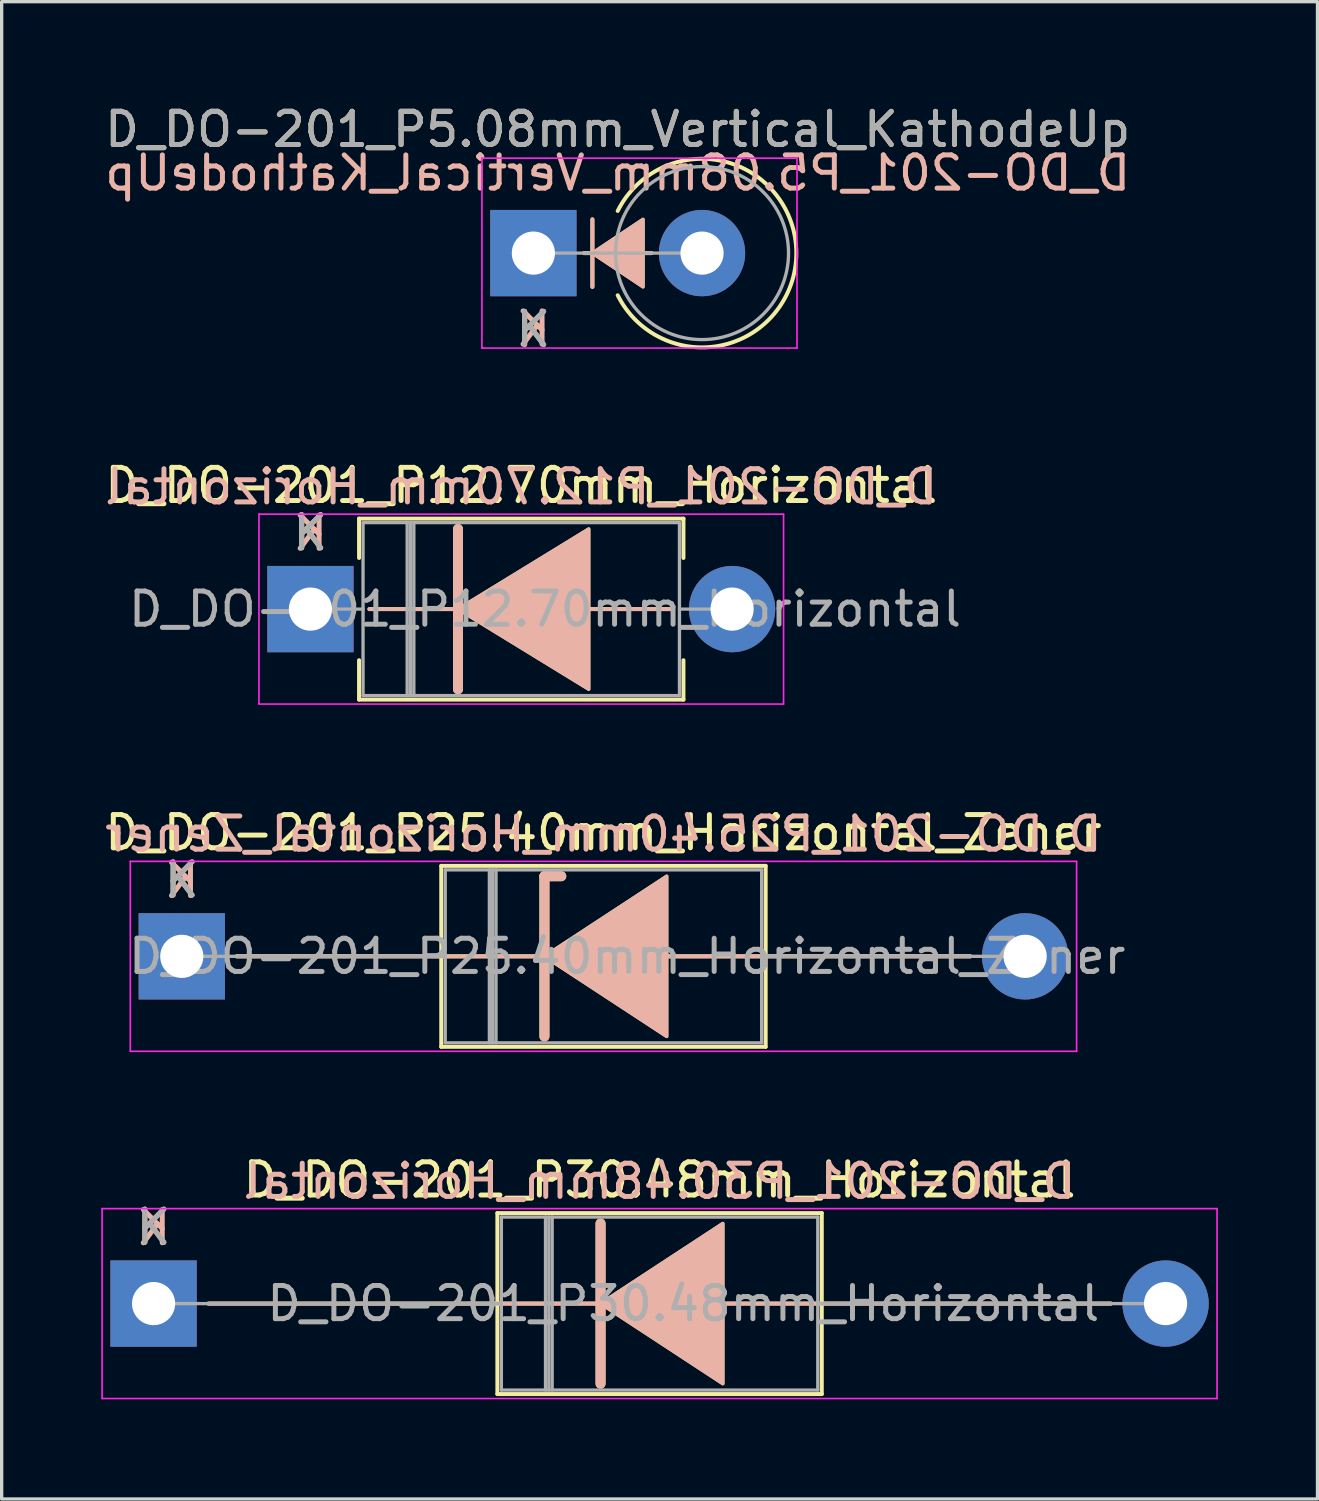
<source format=kicad_pcb>
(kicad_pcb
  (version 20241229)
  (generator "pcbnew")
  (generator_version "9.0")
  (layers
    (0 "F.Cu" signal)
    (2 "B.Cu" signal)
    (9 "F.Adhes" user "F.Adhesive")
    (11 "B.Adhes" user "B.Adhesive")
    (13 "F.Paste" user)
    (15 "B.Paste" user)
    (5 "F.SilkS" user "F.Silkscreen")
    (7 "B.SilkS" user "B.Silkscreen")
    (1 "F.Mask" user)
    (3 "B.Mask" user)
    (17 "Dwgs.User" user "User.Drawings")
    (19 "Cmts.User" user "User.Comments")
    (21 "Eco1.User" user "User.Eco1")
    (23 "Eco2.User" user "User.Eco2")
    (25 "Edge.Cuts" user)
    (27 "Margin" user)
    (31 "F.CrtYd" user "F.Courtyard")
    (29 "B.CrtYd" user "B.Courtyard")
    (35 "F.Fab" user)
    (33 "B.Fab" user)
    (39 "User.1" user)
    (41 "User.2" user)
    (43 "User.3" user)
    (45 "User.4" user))
  (footprint "D_DO-201_P12.70mm_Horizontal"
    (layer "F.Cu")
    (at 6.299 15.295)
    (property "Reference" "D_DO-201_P12.70mm_Horizontal" (at 6.35 -3.725 0) (layer "F.SilkS") (effects (font (size 1 1) (thickness 0.15))))
    (fp_line (start 1.465 -2.725) (end 11.235 -2.725) (stroke (width 0.12) (type solid)) (layer "F.SilkS"))
    (fp_line (start 1.465 -1.54) (end 1.465 -2.725) (stroke (width 0.12) (type solid)) (layer "F.SilkS"))
    (fp_line (start 1.465 1.54) (end 1.465 2.725) (stroke (width 0.12) (type solid)) (layer "F.SilkS"))
    (fp_line (start 1.465 2.725) (end 11.235 2.725) (stroke (width 0.12) (type solid)) (layer "F.SilkS"))
    (fp_line (start 4.445 -2.413) (end 4.445 2.413) (stroke (width 0.3) (type solid)) (layer "F.SilkS"))
    (fp_line (start 4.572 0) (end 1.778 0) (stroke (width 0.12) (type solid)) (layer "F.SilkS"))
    (fp_line (start 8.255 0) (end 10.922 0) (stroke (width 0.12) (type solid)) (layer "F.SilkS"))
    (fp_line (start 11.235 -2.725) (end 11.235 -1.54) (stroke (width 0.12) (type solid)) (layer "F.SilkS"))
    (fp_line (start 11.235 2.725) (end 11.235 1.54) (stroke (width 0.12) (type solid)) (layer "F.SilkS"))
    (fp_poly (pts (xy 8.382 2.413) (xy 4.445 0) (xy 8.382 -2.413)) (stroke (width 0.1) (type solid)) (fill yes) (layer "F.SilkS"))
    (fp_line (start 4.445 2.413) (end 4.445 -2.413) (stroke (width 0.3) (type solid)) (layer "B.SilkS"))
    (fp_line (start 4.572 0) (end 1.778 0) (stroke (width 0.12) (type solid)) (layer "B.SilkS"))
    (fp_line (start 8.255 0) (end 10.922 0) (stroke (width 0.12) (type solid)) (layer "B.SilkS"))
    (fp_poly (pts (xy 8.382 -2.413) (xy 4.445 0) (xy 8.382 2.413)) (stroke (width 0.1) (type solid)) (fill yes) (layer "B.SilkS"))
    (fp_line (start -1.55 -2.86) (end -1.55 2.86) (stroke (width 0.05) (type solid)) (layer "F.CrtYd"))
    (fp_line (start -1.55 2.86) (end 14.25 2.86) (stroke (width 0.05) (type solid)) (layer "F.CrtYd"))
    (fp_line (start 14.25 -2.86) (end -1.55 -2.86) (stroke (width 0.05) (type solid)) (layer "F.CrtYd"))
    (fp_line (start 14.25 2.86) (end 14.25 -2.86) (stroke (width 0.05) (type solid)) (layer "F.CrtYd"))
    (fp_line (start 0 0) (end 1.585 0) (stroke (width 0.1) (type solid)) (layer "F.Fab"))
    (fp_line (start 1.585 -2.605) (end 1.585 2.605) (stroke (width 0.1) (type solid)) (layer "F.Fab"))
    (fp_line (start 1.585 2.605) (end 11.115 2.605) (stroke (width 0.1) (type solid)) (layer "F.Fab"))
    (fp_line (start 2.914 -2.605) (end 2.914 2.605) (stroke (width 0.1) (type solid)) (layer "F.Fab"))
    (fp_line (start 3.014 -2.605) (end 3.014 2.605) (stroke (width 0.1) (type solid)) (layer "F.Fab"))
    (fp_line (start 3.115 -2.605) (end 3.115 2.605) (stroke (width 0.1) (type solid)) (layer "F.Fab"))
    (fp_line (start 11.115 -2.605) (end 1.585 -2.605) (stroke (width 0.1) (type solid)) (layer "F.Fab"))
    (fp_line (start 11.115 2.605) (end 11.115 -2.605) (stroke (width 0.1) (type solid)) (layer "F.Fab"))
    (fp_line (start 12.7 0) (end 11.115 0) (stroke (width 0.1) (type solid)) (layer "F.Fab"))
    (fp_text user "K" (at 0 -2.3 0) (layer "F.SilkS") (effects (font (size 1 1) (thickness 0.15))))
    (fp_text user "${REFERENCE}" (at 6.35 -3.683 0) (layer "B.SilkS") (effects (font (size 1 1) (thickness 0.15)) (justify mirror)))
    (fp_text user "K" (at 0 -2.286 0) (layer "B.SilkS") (effects (font (size 1 1) (thickness 0.15)) (justify mirror)))
    (fp_text user "K" (at 0 -2.3 0) (layer "F.Fab") (effects (font (size 1 1) (thickness 0.15))))
    (fp_text user "${REFERENCE}" (at 7.065 0 0) (layer "F.Fab") (effects (font (size 1 1) (thickness 0.15))))
    (pad "1" thru_hole rect (at 0 0) (size 2.6 2.6) (drill 1.3) (layers "*.Cu" "*.Mask"))
    (pad "2" thru_hole oval (at 12.7 0) (size 2.6 2.6) (drill 1.3) (layers "*.Cu" "*.Mask")))
  (footprint "D_DO-201_P30.48mm_Horizontal"
    (layer "F.Cu")
    (at 1.575 36.211)
    (property "Reference" "D_DO-201_P30.48mm_Horizontal" (at 15.24 -3.725 0) (layer "F.SilkS") (effects (font (size 1 1) (thickness 0.15))))
    (fp_line (start 1.651 0) (end 10.355 0) (stroke (width 0.12) (type solid)) (layer "F.SilkS"))
    (fp_line (start 10.355 -2.725) (end 10.355 2.725) (stroke (width 0.12) (type solid)) (layer "F.SilkS"))
    (fp_line (start 10.355 2.725) (end 20.125 2.725) (stroke (width 0.12) (type solid)) (layer "F.SilkS"))
    (fp_line (start 13.462 -2.413) (end 13.462 2.413) (stroke (width 0.3) (type solid)) (layer "F.SilkS"))
    (fp_line (start 13.462 0) (end 10.355 0) (stroke (width 0.12) (type solid)) (layer "F.SilkS"))
    (fp_line (start 17.145 0) (end 20.125 0) (stroke (width 0.12) (type solid)) (layer "F.SilkS"))
    (fp_line (start 20.125 -2.725) (end 10.355 -2.725) (stroke (width 0.12) (type solid)) (layer "F.SilkS"))
    (fp_line (start 20.125 2.725) (end 20.125 -2.725) (stroke (width 0.12) (type solid)) (layer "F.SilkS"))
    (fp_line (start 28.829 0) (end 20.125 0) (stroke (width 0.12) (type solid)) (layer "F.SilkS"))
    (fp_poly (pts (xy 17.145 2.413) (xy 13.462 0) (xy 17.145 -2.413)) (stroke (width 0.1) (type solid)) (fill yes) (layer "F.SilkS"))
    (fp_line (start 1.651 0) (end 10.355 0) (stroke (width 0.12) (type solid)) (layer "B.SilkS"))
    (fp_line (start 13.462 0) (end 10.355 0) (stroke (width 0.12) (type solid)) (layer "B.SilkS"))
    (fp_line (start 13.462 2.413) (end 13.462 -2.413) (stroke (width 0.3) (type solid)) (layer "B.SilkS"))
    (fp_line (start 17.145 0) (end 20.125 0) (stroke (width 0.12) (type solid)) (layer "B.SilkS"))
    (fp_line (start 28.829 0) (end 20.125 0) (stroke (width 0.12) (type solid)) (layer "B.SilkS"))
    (fp_poly (pts (xy 17.145 -2.413) (xy 13.462 0) (xy 17.145 2.413)) (stroke (width 0.1) (type solid)) (fill yes) (layer "B.SilkS"))
    (fp_line (start -1.55 -2.86) (end -1.55 2.86) (stroke (width 0.05) (type solid)) (layer "F.CrtYd"))
    (fp_line (start -1.55 2.86) (end 32.03 2.86) (stroke (width 0.05) (type solid)) (layer "F.CrtYd"))
    (fp_line (start 32.03 -2.86) (end -1.55 -2.86) (stroke (width 0.05) (type solid)) (layer "F.CrtYd"))
    (fp_line (start 32.03 2.86) (end 32.03 -2.86) (stroke (width 0.05) (type solid)) (layer "F.CrtYd"))
    (fp_line (start 0 0) (end 10.475 0) (stroke (width 0.1) (type solid)) (layer "F.Fab"))
    (fp_line (start 10.475 -2.605) (end 10.475 2.605) (stroke (width 0.1) (type solid)) (layer "F.Fab"))
    (fp_line (start 10.475 2.605) (end 20.005 2.605) (stroke (width 0.1) (type solid)) (layer "F.Fab"))
    (fp_line (start 11.805 -2.605) (end 11.805 2.605) (stroke (width 0.1) (type solid)) (layer "F.Fab"))
    (fp_line (start 11.905 -2.605) (end 11.905 2.605) (stroke (width 0.1) (type solid)) (layer "F.Fab"))
    (fp_line (start 12.005 -2.605) (end 12.005 2.605) (stroke (width 0.1) (type solid)) (layer "F.Fab"))
    (fp_line (start 20.005 -2.605) (end 10.475 -2.605) (stroke (width 0.1) (type solid)) (layer "F.Fab"))
    (fp_line (start 20.005 2.605) (end 20.005 -2.605) (stroke (width 0.1) (type solid)) (layer "F.Fab"))
    (fp_line (start 30.48 0) (end 20.005 0) (stroke (width 0.1) (type solid)) (layer "F.Fab"))
    (fp_text user "K" (at 0 -2.3 0) (layer "F.SilkS") (effects (font (size 1 1) (thickness 0.15))))
    (fp_text user "K" (at 0 -2.286 0) (layer "B.SilkS") (effects (font (size 1 1) (thickness 0.15)) (justify mirror)))
    (fp_text user "${REFERENCE}" (at 15.24 -3.683 0) (layer "B.SilkS") (effects (font (size 1 1) (thickness 0.15)) (justify mirror)))
    (fp_text user "${REFERENCE}" (at 15.955 0 0) (layer "F.Fab") (effects (font (size 1 1) (thickness 0.15))))
    (fp_text user "K" (at 0 -2.3 0) (layer "F.Fab") (effects (font (size 1 1) (thickness 0.15))))
    (pad "1" thru_hole rect (at 0 0) (size 2.6 2.6) (drill 1.3) (layers "*.Cu" "*.Mask"))
    (pad "2" thru_hole oval (at 30.48 0) (size 2.6 2.6) (drill 1.3) (layers "*.Cu" "*.Mask")))
  (footprint "D_DO-201_P5.08mm_Vertical_KathodeUp"
    (layer "F.Cu")
    (at 13.014 4.573)
    (property "Reference" "D_DO-201_P5.08mm_Vertical_KathodeUp" (at 2.54 -3.725 0) (layer "F.SilkS") (effects (font (size 1 1) (thickness 0.15))))
    (fp_line (start 1.524 0) (end 3.556 0) (stroke (width 0.12) (type solid)) (layer "F.SilkS"))
    (fp_line (start 1.778 1.016) (end 1.778 -1.016) (stroke (width 0.12) (type solid)) (layer "F.SilkS"))
    (fp_arc (start 2.539999 -1.269999) (mid 7.919803 0.000001) (end 2.539999 1.27) (stroke (width 0.12) (type solid)) (layer "F.SilkS"))
    (fp_poly (pts (xy 3.302 1.016) (xy 1.778 0) (xy 3.302 -1.016)) (stroke (width 0.1) (type solid)) (fill yes) (layer "F.SilkS"))
    (fp_line (start 1.524 0) (end 3.556 0) (stroke (width 0.12) (type solid)) (layer "B.SilkS"))
    (fp_line (start 1.778 -1.016) (end 1.778 1.016) (stroke (width 0.12) (type solid)) (layer "B.SilkS"))
    (fp_poly (pts (xy 3.302 -1.016) (xy 1.778 0) (xy 3.302 1.016)) (stroke (width 0.1) (type solid)) (fill yes) (layer "B.SilkS"))
    (fp_line (start -1.55 -2.86) (end -1.55 2.86) (stroke (width 0.05) (type solid)) (layer "F.CrtYd"))
    (fp_line (start -1.55 2.86) (end 7.94 2.86) (stroke (width 0.05) (type solid)) (layer "F.CrtYd"))
    (fp_line (start 7.94 -2.86) (end -1.55 -2.86) (stroke (width 0.05) (type solid)) (layer "F.CrtYd"))
    (fp_line (start 7.94 2.86) (end 7.94 -2.86) (stroke (width 0.05) (type solid)) (layer "F.CrtYd"))
    (fp_line (start 0 0) (end 5.08 0) (stroke (width 0.1) (type solid)) (layer "F.Fab"))
    (fp_circle (center 5.08 0) (end 7.685 0) (stroke (width 0.1) (type solid)) (fill no) (layer "F.Fab"))
    (fp_text user "K" (at 0 2.3 0) (layer "F.SilkS") (effects (font (size 1 1) (thickness 0.15))))
    (fp_text user "${REFERENCE}" (at 2.54 -2.413 0) (layer "B.SilkS") (effects (font (size 1 1) (thickness 0.15)) (justify mirror)))
    (fp_text user "K" (at 0 2.286 0) (layer "B.SilkS") (effects (font (size 1 1) (thickness 0.15)) (justify mirror)))
    (fp_text user "K" (at 0 2.3 0) (layer "F.Fab") (effects (font (size 1 1) (thickness 0.15))))
    (fp_text user "${REFERENCE}" (at 2.54 -3.725 0) (layer "F.Fab") (effects (font (size 1 1) (thickness 0.15))))
    (pad "1" thru_hole rect (at 0 0) (size 2.6 2.6) (drill 1.3) (layers "*.Cu" "*.Mask"))
    (pad "2" thru_hole oval (at 5.08 0) (size 2.6 2.6) (drill 1.3) (layers "*.Cu" "*.Mask")))
  (footprint "D_DO-201_P25.40mm_Horizontal_Zener"
    (layer "F.Cu")
    (at 2.425 25.753)
    (property "Reference" "D_DO-201_P25.40mm_Horizontal_Zener" (at 12.7 -3.725 0) (layer "F.SilkS") (effects (font (size 1 1) (thickness 0.15))))
    (fp_line (start 1.651 0) (end 7.815 0) (stroke (width 0.12) (type solid)) (layer "F.SilkS"))
    (fp_line (start 7.815 -2.725) (end 7.815 2.725) (stroke (width 0.12) (type solid)) (layer "F.SilkS"))
    (fp_line (start 7.815 2.725) (end 17.585 2.725) (stroke (width 0.12) (type solid)) (layer "F.SilkS"))
    (fp_line (start 10.922 -2.413) (end 10.922 2.413) (stroke (width 0.3) (type solid)) (layer "F.SilkS"))
    (fp_line (start 10.922 -2.413) (end 11.43 -2.413) (stroke (width 0.3) (type solid)) (layer "F.SilkS"))
    (fp_line (start 10.922 0) (end 7.815 0) (stroke (width 0.12) (type solid)) (layer "F.SilkS"))
    (fp_line (start 14.605 0) (end 17.585 0) (stroke (width 0.12) (type solid)) (layer "F.SilkS"))
    (fp_line (start 17.585 -2.725) (end 7.815 -2.725) (stroke (width 0.12) (type solid)) (layer "F.SilkS"))
    (fp_line (start 17.585 2.725) (end 17.585 -2.725) (stroke (width 0.12) (type solid)) (layer "F.SilkS"))
    (fp_line (start 23.749 0) (end 17.585 0) (stroke (width 0.12) (type solid)) (layer "F.SilkS"))
    (fp_poly (pts (xy 14.605 2.413) (xy 10.922 0) (xy 14.605 -2.413)) (stroke (width 0.1) (type solid)) (fill yes) (layer "F.SilkS"))
    (fp_line (start 1.651 0) (end 7.815 0) (stroke (width 0.12) (type solid)) (layer "B.SilkS"))
    (fp_line (start 10.922 -2.413) (end 11.43 -2.413) (stroke (width 0.3) (type solid)) (layer "B.SilkS"))
    (fp_line (start 10.922 0) (end 7.815 0) (stroke (width 0.12) (type solid)) (layer "B.SilkS"))
    (fp_line (start 10.922 2.413) (end 10.922 -2.413) (stroke (width 0.3) (type solid)) (layer "B.SilkS"))
    (fp_line (start 14.605 0) (end 17.585 0) (stroke (width 0.12) (type solid)) (layer "B.SilkS"))
    (fp_line (start 23.749 0) (end 17.585 0) (stroke (width 0.12) (type solid)) (layer "B.SilkS"))
    (fp_poly (pts (xy 14.605 -2.413) (xy 10.922 0) (xy 14.605 2.413)) (stroke (width 0.1) (type solid)) (fill yes) (layer "B.SilkS"))
    (fp_line (start -1.55 -2.86) (end -1.55 2.86) (stroke (width 0.05) (type solid)) (layer "F.CrtYd"))
    (fp_line (start -1.55 2.86) (end 26.95 2.86) (stroke (width 0.05) (type solid)) (layer "F.CrtYd"))
    (fp_line (start 26.95 -2.86) (end -1.55 -2.86) (stroke (width 0.05) (type solid)) (layer "F.CrtYd"))
    (fp_line (start 26.95 2.86) (end 26.95 -2.86) (stroke (width 0.05) (type solid)) (layer "F.CrtYd"))
    (fp_line (start 0 0) (end 7.935 0) (stroke (width 0.1) (type solid)) (layer "F.Fab"))
    (fp_line (start 7.935 -2.605) (end 7.935 2.605) (stroke (width 0.1) (type solid)) (layer "F.Fab"))
    (fp_line (start 7.935 2.605) (end 17.465 2.605) (stroke (width 0.1) (type solid)) (layer "F.Fab"))
    (fp_line (start 9.264 -2.605) (end 9.264 2.605) (stroke (width 0.1) (type solid)) (layer "F.Fab"))
    (fp_line (start 9.364 -2.605) (end 9.364 2.605) (stroke (width 0.1) (type solid)) (layer "F.Fab"))
    (fp_line (start 9.464 -2.605) (end 9.464 2.605) (stroke (width 0.1) (type solid)) (layer "F.Fab"))
    (fp_line (start 17.465 -2.605) (end 7.935 -2.605) (stroke (width 0.1) (type solid)) (layer "F.Fab"))
    (fp_line (start 17.465 2.605) (end 17.465 -2.605) (stroke (width 0.1) (type solid)) (layer "F.Fab"))
    (fp_line (start 25.4 0) (end 17.465 0) (stroke (width 0.1) (type solid)) (layer "F.Fab"))
    (fp_text user "K" (at 0 -2.3 0) (layer "F.SilkS") (effects (font (size 1 1) (thickness 0.15))))
    (fp_text user "K" (at 0 -2.286 0) (layer "B.SilkS") (effects (font (size 1 1) (thickness 0.15)) (justify mirror)))
    (fp_text user "${REFERENCE}" (at 12.7 -3.683 0) (layer "B.SilkS") (effects (font (size 1 1) (thickness 0.15)) (justify mirror)))
    (fp_text user "K" (at 0 -2.3 0) (layer "F.Fab") (effects (font (size 1 1) (thickness 0.15))))
    (fp_text user "${REFERENCE}" (at 13.415 0 0) (layer "F.Fab") (effects (font (size 1 1) (thickness 0.15))))
    (pad "1" thru_hole rect (at 0 0) (size 2.6 2.6) (drill 1.3) (layers "*.Cu" "*.Mask"))
    (pad "2" thru_hole oval (at 25.4 0) (size 2.6 2.6) (drill 1.3) (layers "*.Cu" "*.Mask")))
  (gr_rect
    (start -3 -3)
    (end 36.63 42.096)
    (stroke (width 0.1) (type default))
    (fill no)
    (layer "Edge.Cuts")))
</source>
